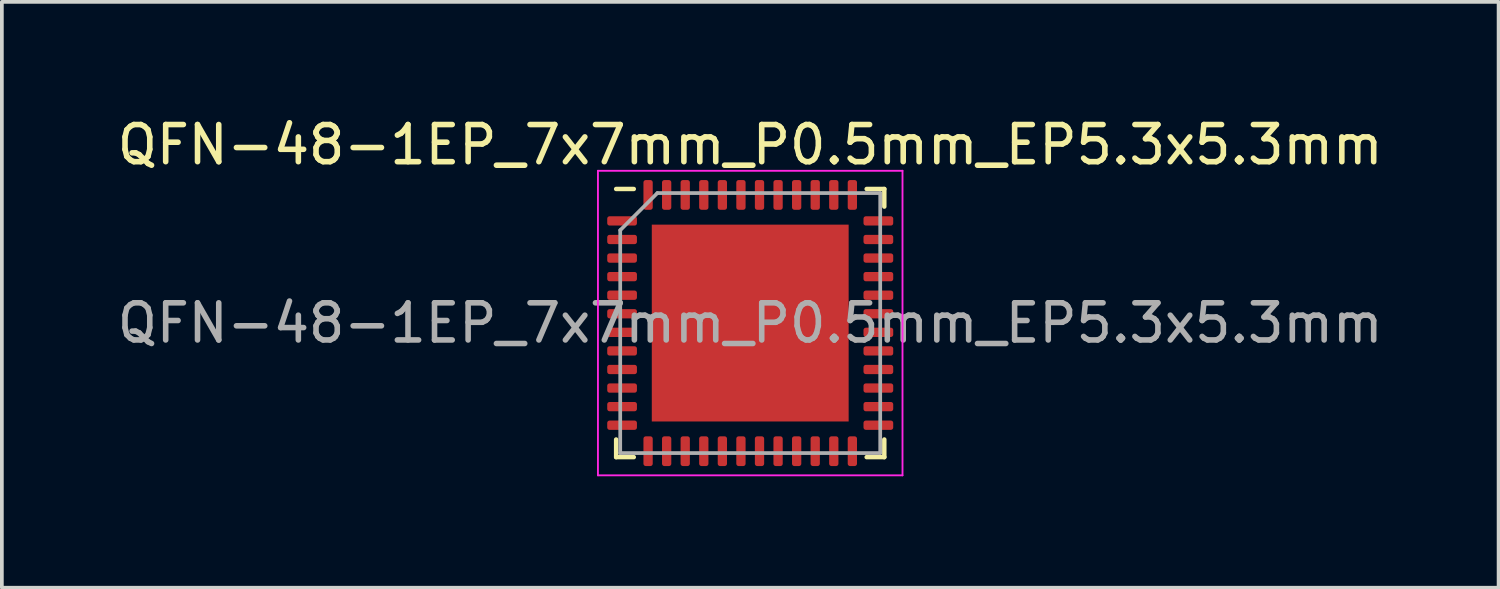
<source format=kicad_pcb>
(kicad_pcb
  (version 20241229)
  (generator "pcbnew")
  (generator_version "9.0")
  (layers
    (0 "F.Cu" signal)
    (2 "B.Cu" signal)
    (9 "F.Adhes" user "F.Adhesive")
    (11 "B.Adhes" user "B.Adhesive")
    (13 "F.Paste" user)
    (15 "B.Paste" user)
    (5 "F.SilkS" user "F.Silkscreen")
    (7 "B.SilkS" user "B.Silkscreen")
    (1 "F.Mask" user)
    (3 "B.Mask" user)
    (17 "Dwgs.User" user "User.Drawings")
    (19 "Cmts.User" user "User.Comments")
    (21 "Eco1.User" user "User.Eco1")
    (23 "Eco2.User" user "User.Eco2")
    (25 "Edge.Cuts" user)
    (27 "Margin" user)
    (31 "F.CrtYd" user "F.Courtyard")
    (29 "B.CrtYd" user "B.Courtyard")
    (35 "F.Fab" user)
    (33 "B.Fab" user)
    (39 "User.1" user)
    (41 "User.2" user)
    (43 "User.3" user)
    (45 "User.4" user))
  (footprint "QFN-48-1EP_7x7mm_P0.5mm_EP5.3x5.3mm"
    (layer "F.Cu")
    (at 17.149 5.648)
    (property "Reference" "QFN-48-1EP_7x7mm_P0.5mm_EP5.3x5.3mm" (at 0 -4.8 0) (layer "F.SilkS") (effects (font (size 1 1) (thickness 0.15))))
    (attr smd)
    (fp_line (start -3.61 3.61) (end -3.61 3.135) (stroke (width 0.12) (type solid)) (layer "F.SilkS"))
    (fp_line (start -3.135 -3.61) (end -3.61 -3.61) (stroke (width 0.12) (type solid)) (layer "F.SilkS"))
    (fp_line (start -3.135 3.61) (end -3.61 3.61) (stroke (width 0.12) (type solid)) (layer "F.SilkS"))
    (fp_line (start 3.135 -3.61) (end 3.61 -3.61) (stroke (width 0.12) (type solid)) (layer "F.SilkS"))
    (fp_line (start 3.135 3.61) (end 3.61 3.61) (stroke (width 0.12) (type solid)) (layer "F.SilkS"))
    (fp_line (start 3.61 -3.61) (end 3.61 -3.135) (stroke (width 0.12) (type solid)) (layer "F.SilkS"))
    (fp_line (start 3.61 3.61) (end 3.61 3.135) (stroke (width 0.12) (type solid)) (layer "F.SilkS"))
    (fp_line (start -4.1 -4.1) (end -4.1 4.1) (stroke (width 0.05) (type solid)) (layer "F.CrtYd"))
    (fp_line (start -4.1 4.1) (end 4.1 4.1) (stroke (width 0.05) (type solid)) (layer "F.CrtYd"))
    (fp_line (start 4.1 -4.1) (end -4.1 -4.1) (stroke (width 0.05) (type solid)) (layer "F.CrtYd"))
    (fp_line (start 4.1 4.1) (end 4.1 -4.1) (stroke (width 0.05) (type solid)) (layer "F.CrtYd"))
    (fp_line (start -3.5 -2.5) (end -2.5 -3.5) (stroke (width 0.1) (type solid)) (layer "F.Fab"))
    (fp_line (start -3.5 3.5) (end -3.5 -2.5) (stroke (width 0.1) (type solid)) (layer "F.Fab"))
    (fp_line (start -2.5 -3.5) (end 3.5 -3.5) (stroke (width 0.1) (type solid)) (layer "F.Fab"))
    (fp_line (start 3.5 -3.5) (end 3.5 3.5) (stroke (width 0.1) (type solid)) (layer "F.Fab"))
    (fp_line (start 3.5 3.5) (end -3.5 3.5) (stroke (width 0.1) (type solid)) (layer "F.Fab"))
    (fp_text user "${REFERENCE}" (at 0 0 0) (layer "F.Fab") (effects (font (size 1 1) (thickness 0.15))))
    (pad "" smd roundrect (at -1.98 -1.98) (size 1.07 1.07) (layers "F.Paste") (roundrect_rratio 0.234))
    (pad "" smd roundrect (at -1.98 -0.66) (size 1.07 1.07) (layers "F.Paste") (roundrect_rratio 0.234))
    (pad "" smd roundrect (at -1.98 0.66) (size 1.07 1.07) (layers "F.Paste") (roundrect_rratio 0.234))
    (pad "" smd roundrect (at -1.98 1.98) (size 1.07 1.07) (layers "F.Paste") (roundrect_rratio 0.234))
    (pad "" smd roundrect (at -0.66 -1.98) (size 1.07 1.07) (layers "F.Paste") (roundrect_rratio 0.234))
    (pad "" smd roundrect (at -0.66 -0.66) (size 1.07 1.07) (layers "F.Paste") (roundrect_rratio 0.234))
    (pad "" smd roundrect (at -0.66 0.66) (size 1.07 1.07) (layers "F.Paste") (roundrect_rratio 0.234))
    (pad "" smd roundrect (at -0.66 1.98) (size 1.07 1.07) (layers "F.Paste") (roundrect_rratio 0.234))
    (pad "" smd roundrect (at 0.66 -1.98) (size 1.07 1.07) (layers "F.Paste") (roundrect_rratio 0.234))
    (pad "" smd roundrect (at 0.66 -0.66) (size 1.07 1.07) (layers "F.Paste") (roundrect_rratio 0.234))
    (pad "" smd roundrect (at 0.66 0.66) (size 1.07 1.07) (layers "F.Paste") (roundrect_rratio 0.234))
    (pad "" smd roundrect (at 0.66 1.98) (size 1.07 1.07) (layers "F.Paste") (roundrect_rratio 0.234))
    (pad "" smd roundrect (at 1.98 -1.98) (size 1.07 1.07) (layers "F.Paste") (roundrect_rratio 0.234))
    (pad "" smd roundrect (at 1.98 -0.66) (size 1.07 1.07) (layers "F.Paste") (roundrect_rratio 0.234))
    (pad "" smd roundrect (at 1.98 0.66) (size 1.07 1.07) (layers "F.Paste") (roundrect_rratio 0.234))
    (pad "" smd roundrect (at 1.98 1.98) (size 1.07 1.07) (layers "F.Paste") (roundrect_rratio 0.234))
    (pad "1" smd roundrect (at -3.45 -2.75) (size 0.8 0.25) (layers "F.Cu" "F.Mask" "F.Paste") (roundrect_rratio 0.25))
    (pad "2" smd roundrect (at -3.45 -2.25) (size 0.8 0.25) (layers "F.Cu" "F.Mask" "F.Paste") (roundrect_rratio 0.25))
    (pad "3" smd roundrect (at -3.45 -1.75) (size 0.8 0.25) (layers "F.Cu" "F.Mask" "F.Paste") (roundrect_rratio 0.25))
    (pad "4" smd roundrect (at -3.45 -1.25) (size 0.8 0.25) (layers "F.Cu" "F.Mask" "F.Paste") (roundrect_rratio 0.25))
    (pad "5" smd roundrect (at -3.45 -0.75) (size 0.8 0.25) (layers "F.Cu" "F.Mask" "F.Paste") (roundrect_rratio 0.25))
    (pad "6" smd roundrect (at -3.45 -0.25) (size 0.8 0.25) (layers "F.Cu" "F.Mask" "F.Paste") (roundrect_rratio 0.25))
    (pad "7" smd roundrect (at -3.45 0.25) (size 0.8 0.25) (layers "F.Cu" "F.Mask" "F.Paste") (roundrect_rratio 0.25))
    (pad "8" smd roundrect (at -3.45 0.75) (size 0.8 0.25) (layers "F.Cu" "F.Mask" "F.Paste") (roundrect_rratio 0.25))
    (pad "9" smd roundrect (at -3.45 1.25) (size 0.8 0.25) (layers "F.Cu" "F.Mask" "F.Paste") (roundrect_rratio 0.25))
    (pad "10" smd roundrect (at -3.45 1.75) (size 0.8 0.25) (layers "F.Cu" "F.Mask" "F.Paste") (roundrect_rratio 0.25))
    (pad "11" smd roundrect (at -3.45 2.25) (size 0.8 0.25) (layers "F.Cu" "F.Mask" "F.Paste") (roundrect_rratio 0.25))
    (pad "12" smd roundrect (at -3.45 2.75) (size 0.8 0.25) (layers "F.Cu" "F.Mask" "F.Paste") (roundrect_rratio 0.25))
    (pad "13" smd roundrect (at -2.75 3.45) (size 0.25 0.8) (layers "F.Cu" "F.Mask" "F.Paste") (roundrect_rratio 0.25))
    (pad "14" smd roundrect (at -2.25 3.45) (size 0.25 0.8) (layers "F.Cu" "F.Mask" "F.Paste") (roundrect_rratio 0.25))
    (pad "15" smd roundrect (at -1.75 3.45) (size 0.25 0.8) (layers "F.Cu" "F.Mask" "F.Paste") (roundrect_rratio 0.25))
    (pad "16" smd roundrect (at -1.25 3.45) (size 0.25 0.8) (layers "F.Cu" "F.Mask" "F.Paste") (roundrect_rratio 0.25))
    (pad "17" smd roundrect (at -0.75 3.45) (size 0.25 0.8) (layers "F.Cu" "F.Mask" "F.Paste") (roundrect_rratio 0.25))
    (pad "18" smd roundrect (at -0.25 3.45) (size 0.25 0.8) (layers "F.Cu" "F.Mask" "F.Paste") (roundrect_rratio 0.25))
    (pad "19" smd roundrect (at 0.25 3.45) (size 0.25 0.8) (layers "F.Cu" "F.Mask" "F.Paste") (roundrect_rratio 0.25))
    (pad "20" smd roundrect (at 0.75 3.45) (size 0.25 0.8) (layers "F.Cu" "F.Mask" "F.Paste") (roundrect_rratio 0.25))
    (pad "21" smd roundrect (at 1.25 3.45) (size 0.25 0.8) (layers "F.Cu" "F.Mask" "F.Paste") (roundrect_rratio 0.25))
    (pad "22" smd roundrect (at 1.75 3.45) (size 0.25 0.8) (layers "F.Cu" "F.Mask" "F.Paste") (roundrect_rratio 0.25))
    (pad "23" smd roundrect (at 2.25 3.45) (size 0.25 0.8) (layers "F.Cu" "F.Mask" "F.Paste") (roundrect_rratio 0.25))
    (pad "24" smd roundrect (at 2.75 3.45) (size 0.25 0.8) (layers "F.Cu" "F.Mask" "F.Paste") (roundrect_rratio 0.25))
    (pad "25" smd roundrect (at 3.45 2.75) (size 0.8 0.25) (layers "F.Cu" "F.Mask" "F.Paste") (roundrect_rratio 0.25))
    (pad "26" smd roundrect (at 3.45 2.25) (size 0.8 0.25) (layers "F.Cu" "F.Mask" "F.Paste") (roundrect_rratio 0.25))
    (pad "27" smd roundrect (at 3.45 1.75) (size 0.8 0.25) (layers "F.Cu" "F.Mask" "F.Paste") (roundrect_rratio 0.25))
    (pad "28" smd roundrect (at 3.45 1.25) (size 0.8 0.25) (layers "F.Cu" "F.Mask" "F.Paste") (roundrect_rratio 0.25))
    (pad "29" smd roundrect (at 3.45 0.75) (size 0.8 0.25) (layers "F.Cu" "F.Mask" "F.Paste") (roundrect_rratio 0.25))
    (pad "30" smd roundrect (at 3.45 0.25) (size 0.8 0.25) (layers "F.Cu" "F.Mask" "F.Paste") (roundrect_rratio 0.25))
    (pad "31" smd roundrect (at 3.45 -0.25) (size 0.8 0.25) (layers "F.Cu" "F.Mask" "F.Paste") (roundrect_rratio 0.25))
    (pad "32" smd roundrect (at 3.45 -0.75) (size 0.8 0.25) (layers "F.Cu" "F.Mask" "F.Paste") (roundrect_rratio 0.25))
    (pad "33" smd roundrect (at 3.45 -1.25) (size 0.8 0.25) (layers "F.Cu" "F.Mask" "F.Paste") (roundrect_rratio 0.25))
    (pad "34" smd roundrect (at 3.45 -1.75) (size 0.8 0.25) (layers "F.Cu" "F.Mask" "F.Paste") (roundrect_rratio 0.25))
    (pad "35" smd roundrect (at 3.45 -2.25) (size 0.8 0.25) (layers "F.Cu" "F.Mask" "F.Paste") (roundrect_rratio 0.25))
    (pad "36" smd roundrect (at 3.45 -2.75) (size 0.8 0.25) (layers "F.Cu" "F.Mask" "F.Paste") (roundrect_rratio 0.25))
    (pad "37" smd roundrect (at 2.75 -3.45) (size 0.25 0.8) (layers "F.Cu" "F.Mask" "F.Paste") (roundrect_rratio 0.25))
    (pad "38" smd roundrect (at 2.25 -3.45) (size 0.25 0.8) (layers "F.Cu" "F.Mask" "F.Paste") (roundrect_rratio 0.25))
    (pad "39" smd roundrect (at 1.75 -3.45) (size 0.25 0.8) (layers "F.Cu" "F.Mask" "F.Paste") (roundrect_rratio 0.25))
    (pad "40" smd roundrect (at 1.25 -3.45) (size 0.25 0.8) (layers "F.Cu" "F.Mask" "F.Paste") (roundrect_rratio 0.25))
    (pad "41" smd roundrect (at 0.75 -3.45) (size 0.25 0.8) (layers "F.Cu" "F.Mask" "F.Paste") (roundrect_rratio 0.25))
    (pad "42" smd roundrect (at 0.25 -3.45) (size 0.25 0.8) (layers "F.Cu" "F.Mask" "F.Paste") (roundrect_rratio 0.25))
    (pad "43" smd roundrect (at -0.25 -3.45) (size 0.25 0.8) (layers "F.Cu" "F.Mask" "F.Paste") (roundrect_rratio 0.25))
    (pad "44" smd roundrect (at -0.75 -3.45) (size 0.25 0.8) (layers "F.Cu" "F.Mask" "F.Paste") (roundrect_rratio 0.25))
    (pad "45" smd roundrect (at -1.25 -3.45) (size 0.25 0.8) (layers "F.Cu" "F.Mask" "F.Paste") (roundrect_rratio 0.25))
    (pad "46" smd roundrect (at -1.75 -3.45) (size 0.25 0.8) (layers "F.Cu" "F.Mask" "F.Paste") (roundrect_rratio 0.25))
    (pad "47" smd roundrect (at -2.25 -3.45) (size 0.25 0.8) (layers "F.Cu" "F.Mask" "F.Paste") (roundrect_rratio 0.25))
    (pad "48" smd roundrect (at -2.75 -3.45) (size 0.25 0.8) (layers "F.Cu" "F.Mask" "F.Paste") (roundrect_rratio 0.25))
    (pad "49" smd rect (at 0 0) (size 5.3 5.3) (layers "F.Cu" "F.Mask")))
  (gr_rect
    (start -3 -3)
    (end 37.298 12.773)
    (stroke (width 0.1) (type default))
    (fill no)
    (layer "Edge.Cuts")))
</source>
